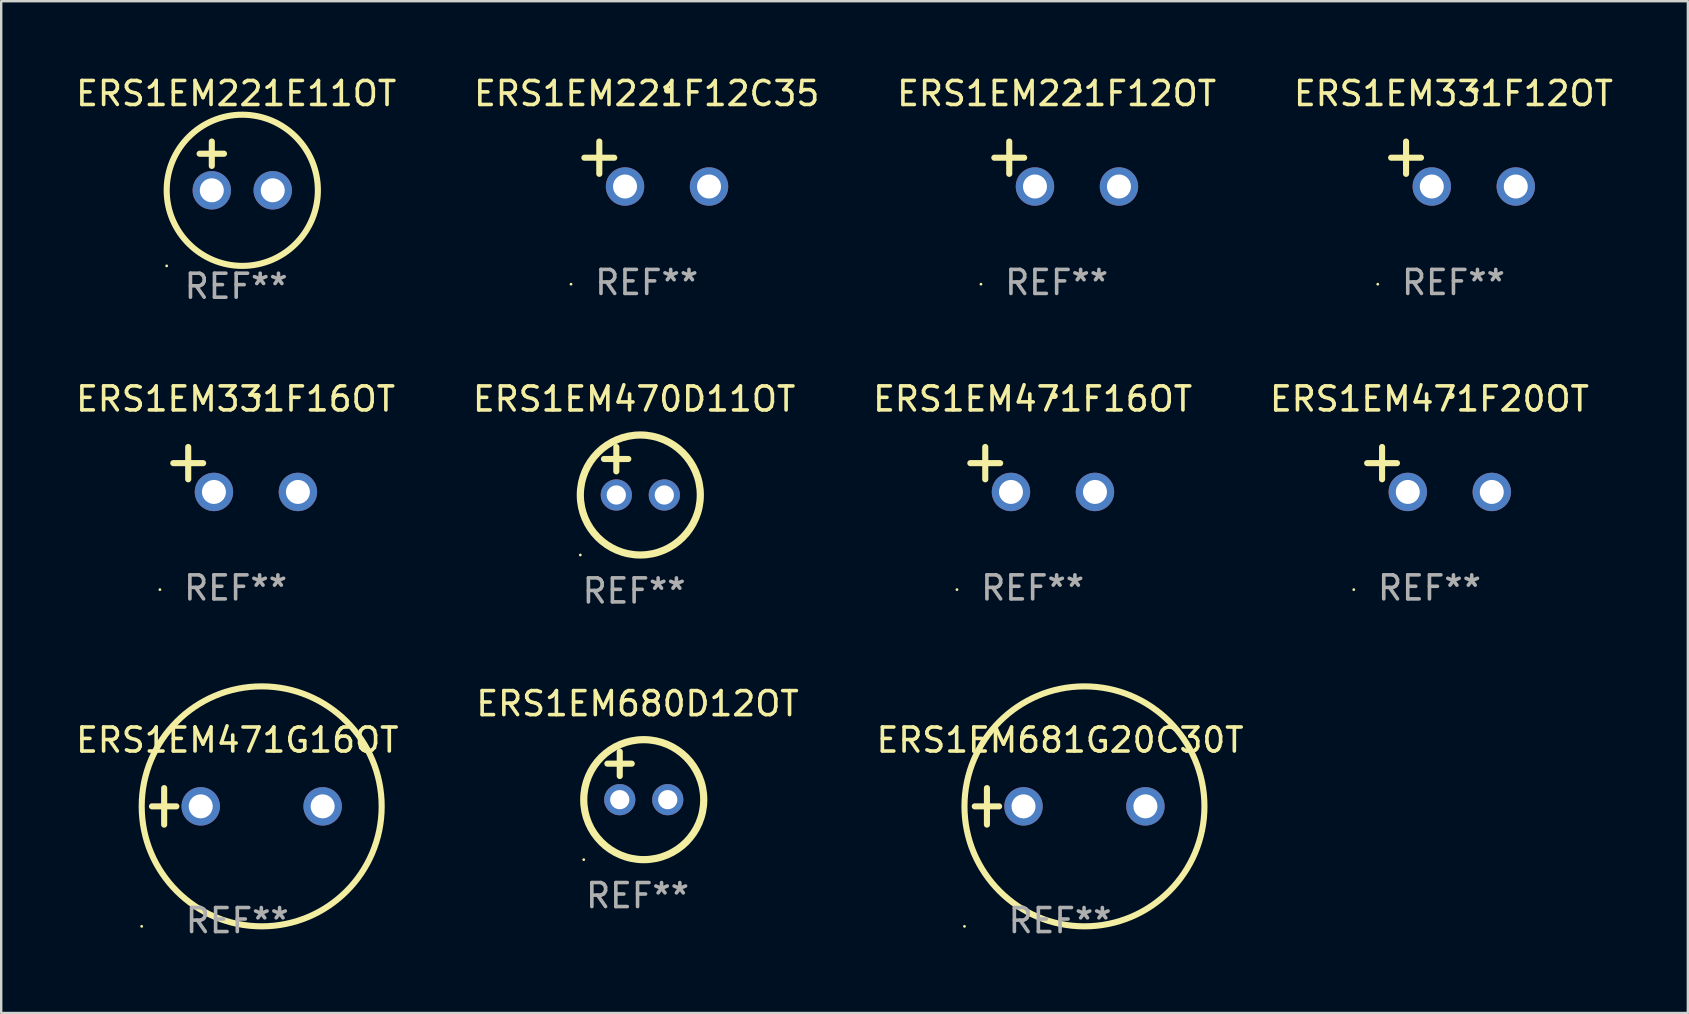
<source format=kicad_pcb>
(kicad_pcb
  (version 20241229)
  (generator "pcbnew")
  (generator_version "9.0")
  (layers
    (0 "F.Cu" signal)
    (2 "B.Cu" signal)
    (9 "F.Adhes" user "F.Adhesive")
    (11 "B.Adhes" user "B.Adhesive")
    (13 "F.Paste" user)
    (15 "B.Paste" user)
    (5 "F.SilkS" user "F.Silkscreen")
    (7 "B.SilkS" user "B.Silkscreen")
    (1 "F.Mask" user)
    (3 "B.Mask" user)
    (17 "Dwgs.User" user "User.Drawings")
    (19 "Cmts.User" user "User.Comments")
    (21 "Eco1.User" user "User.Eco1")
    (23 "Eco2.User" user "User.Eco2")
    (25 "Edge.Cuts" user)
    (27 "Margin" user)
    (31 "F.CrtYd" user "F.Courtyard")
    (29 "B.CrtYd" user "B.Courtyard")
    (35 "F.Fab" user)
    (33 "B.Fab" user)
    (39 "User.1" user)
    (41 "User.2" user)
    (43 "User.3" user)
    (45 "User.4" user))
  (footprint "ERS1EM471G16OT"
    (layer "F.Cu")
    (at 6.839 30.552)
    (property "Reference" "ERS1EM471G16OT" (at 0 -2.762 0) (layer "F.SilkS") (effects (font (size 1 1) (thickness 0.15))))
    (attr through_hole)
    (fp_line (start -3.556 0) (end -2.54 0) (stroke (width 0.254) (type solid)) (layer "F.SilkS"))
    (fp_line (start -3.048 -0.762) (end -3.048 0.762) (stroke (width 0.254) (type solid)) (layer "F.SilkS"))
    (fp_circle (center -3.984 5) (end -3.954 5) (stroke (width 0.06) (type solid)) (fill no) (layer "F.SilkS"))
    (fp_circle (center 1.016 0) (end 6.016 0) (stroke (width 0.254) (type solid)) (fill no) (layer "F.SilkS"))
    (fp_text user "REF**" (at 0 4.762 0) (layer "F.Fab") (effects (font (size 1 1) (thickness 0.15))))
    (pad "1" thru_hole circle (at -1.524 0) (size 1.6 1.6) (drill 1) (layers "*.Cu" "*.Mask"))
    (pad "2" thru_hole circle (at 3.556 0) (size 1.6 1.6) (drill 1) (layers "*.Cu" "*.Mask")))
  (footprint "ERS1EM681G20C30T"
    (layer "F.Cu")
    (at 41.125 30.552)
    (property "Reference" "ERS1EM681G20C30T" (at 0 -2.762 0) (layer "F.SilkS") (effects (font (size 1 1) (thickness 0.15))))
    (attr through_hole)
    (fp_line (start -3.556 0) (end -2.54 0) (stroke (width 0.254) (type solid)) (layer "F.SilkS"))
    (fp_line (start -3.048 -0.762) (end -3.048 0.762) (stroke (width 0.254) (type solid)) (layer "F.SilkS"))
    (fp_circle (center -3.984 5) (end -3.954 5) (stroke (width 0.06) (type solid)) (fill no) (layer "F.SilkS"))
    (fp_circle (center 1.016 0) (end 6.016 0) (stroke (width 0.254) (type solid)) (fill no) (layer "F.SilkS"))
    (fp_text user "REF**" (at 0 4.762 0) (layer "F.Fab") (effects (font (size 1 1) (thickness 0.15))))
    (pad "1" thru_hole circle (at -1.524 0) (size 1.6 1.6) (drill 1) (layers "*.Cu" "*.Mask"))
    (pad "2" thru_hole circle (at 3.556 0) (size 1.6 1.6) (drill 1) (layers "*.Cu" "*.Mask")))
  (footprint "ERS1EM471F20OT"
    (layer "F.Cu")
    (at 56.518 16.513)
    (property "Reference" "ERS1EM471F20OT" (at 0 -2.937 0) (layer "F.SilkS") (effects (font (size 1 1) (thickness 0.15))))
    (attr through_hole)
    (fp_line (start -1.975 0.41) (end -1.975 -0.937) (stroke (width 0.254) (type solid)) (layer "F.SilkS"))
    (fp_line (start -1.353 -0.263) (end -2.597 -0.263) (stroke (width 0.254) (type solid)) (layer "F.SilkS"))
    (fp_arc (start 0.849809 -3.063957) (mid 0.885369 -3.064114) (end 0.920929 -3.063957) (stroke (width 0.254001) (type solid)) (layer "F.SilkS"))
    (fp_circle (center -3.154 5.008) (end -3.124 5.008) (stroke (width 0.06) (type solid)) (fill no) (layer "F.SilkS"))
    (fp_text user "REF**" (at 0 4.937 0) (layer "F.Fab") (effects (font (size 1 1) (thickness 0.15))))
    (pad "1" thru_hole circle (at -0.903 0.937) (size 1.6 1.6) (drill 1) (layers "*.Cu" "*.Mask"))
    (pad "2" thru_hole circle (at 2.597 0.937) (size 1.6 1.6) (drill 1) (layers "*.Cu" "*.Mask")))
  (footprint "ERS1EM680D12OT"
    (layer "F.Cu")
    (at 23.518 29.273)
    (property "Reference" "ERS1EM680D12OT" (at 0 -3 0) (layer "F.SilkS") (effects (font (size 1 1) (thickness 0.15))))
    (attr through_hole)
    (fp_line (start -1.258 -0.5) (end -0.242 -0.5) (stroke (width 0.254) (type solid)) (layer "F.SilkS"))
    (fp_line (start -0.742 -1) (end -0.742 0.016) (stroke (width 0.254) (type solid)) (layer "F.SilkS"))
    (fp_circle (center -2.242 3.5) (end -2.212 3.5) (stroke (width 0.06) (type solid)) (fill no) (layer "F.SilkS"))
    (fp_circle (center 0.258 1) (end 2.758 1) (stroke (width 0.3) (type solid)) (fill no) (layer "F.SilkS"))
    (fp_text user "REF**" (at 0 5 0) (layer "F.Fab") (effects (font (size 1 1) (thickness 0.15))))
    (pad "1" thru_hole circle (at -0.742 1) (size 1.3 1.3) (drill 0.8) (layers "*.Cu" "*.Mask"))
    (pad "2" thru_hole circle (at 1.258 1) (size 1.3 1.3) (drill 0.8) (layers "*.Cu" "*.Mask")))
  (footprint "ERS1EM221F12OT"
    (layer "F.Cu")
    (at 40.982 3.785)
    (property "Reference" "ERS1EM221F12OT" (at 0 -2.937 0) (layer "F.SilkS") (effects (font (size 1 1) (thickness 0.15))))
    (attr through_hole)
    (fp_line (start -1.975 0.41) (end -1.975 -0.937) (stroke (width 0.254) (type solid)) (layer "F.SilkS"))
    (fp_line (start -1.353 -0.263) (end -2.597 -0.263) (stroke (width 0.254) (type solid)) (layer "F.SilkS"))
    (fp_arc (start 0.849809 -3.063957) (mid 0.885369 -3.064114) (end 0.920929 -3.063957) (stroke (width 0.254001) (type solid)) (layer "F.SilkS"))
    (fp_circle (center -3.154 5.008) (end -3.124 5.008) (stroke (width 0.06) (type solid)) (fill no) (layer "F.SilkS"))
    (fp_text user "REF**" (at 0 4.937 0) (layer "F.Fab") (effects (font (size 1 1) (thickness 0.15))))
    (pad "1" thru_hole circle (at -0.903 0.937) (size 1.6 1.6) (drill 1) (layers "*.Cu" "*.Mask"))
    (pad "2" thru_hole circle (at 2.597 0.937) (size 1.6 1.6) (drill 1) (layers "*.Cu" "*.Mask")))
  (footprint "ERS1EM331F16OT"
    (layer "F.Cu")
    (at 6.768 16.513)
    (property "Reference" "ERS1EM331F16OT" (at 0 -2.937 0) (layer "F.SilkS") (effects (font (size 1 1) (thickness 0.15))))
    (attr through_hole)
    (fp_line (start -1.975 0.41) (end -1.975 -0.937) (stroke (width 0.254) (type solid)) (layer "F.SilkS"))
    (fp_line (start -1.353 -0.263) (end -2.597 -0.263) (stroke (width 0.254) (type solid)) (layer "F.SilkS"))
    (fp_arc (start 0.849809 -3.063957) (mid 0.885369 -3.064114) (end 0.920929 -3.063957) (stroke (width 0.254001) (type solid)) (layer "F.SilkS"))
    (fp_circle (center -3.154 5.008) (end -3.124 5.008) (stroke (width 0.06) (type solid)) (fill no) (layer "F.SilkS"))
    (fp_text user "REF**" (at 0 4.937 0) (layer "F.Fab") (effects (font (size 1 1) (thickness 0.15))))
    (pad "1" thru_hole circle (at -0.903 0.937) (size 1.6 1.6) (drill 1) (layers "*.Cu" "*.Mask"))
    (pad "2" thru_hole circle (at 2.597 0.937) (size 1.6 1.6) (drill 1) (layers "*.Cu" "*.Mask")))
  (footprint "ERS1EM471F16OT"
    (layer "F.Cu")
    (at 39.982 16.513)
    (property "Reference" "ERS1EM471F16OT" (at 0 -2.937 0) (layer "F.SilkS") (effects (font (size 1 1) (thickness 0.15))))
    (attr through_hole)
    (fp_line (start -1.975 0.41) (end -1.975 -0.937) (stroke (width 0.254) (type solid)) (layer "F.SilkS"))
    (fp_line (start -1.353 -0.263) (end -2.597 -0.263) (stroke (width 0.254) (type solid)) (layer "F.SilkS"))
    (fp_arc (start 0.849809 -3.063957) (mid 0.885369 -3.064114) (end 0.920929 -3.063957) (stroke (width 0.254001) (type solid)) (layer "F.SilkS"))
    (fp_circle (center -3.154 5.008) (end -3.124 5.008) (stroke (width 0.06) (type solid)) (fill no) (layer "F.SilkS"))
    (fp_text user "REF**" (at 0 4.937 0) (layer "F.Fab") (effects (font (size 1 1) (thickness 0.15))))
    (pad "1" thru_hole circle (at -0.903 0.937) (size 1.6 1.6) (drill 1) (layers "*.Cu" "*.Mask"))
    (pad "2" thru_hole circle (at 2.597 0.937) (size 1.6 1.6) (drill 1) (layers "*.Cu" "*.Mask")))
  (footprint "ERS1EM331F12OT"
    (layer "F.Cu")
    (at 57.518 3.785)
    (property "Reference" "ERS1EM331F12OT" (at 0 -2.937 0) (layer "F.SilkS") (effects (font (size 1 1) (thickness 0.15))))
    (attr through_hole)
    (fp_line (start -1.975 0.41) (end -1.975 -0.937) (stroke (width 0.254) (type solid)) (layer "F.SilkS"))
    (fp_line (start -1.353 -0.263) (end -2.597 -0.263) (stroke (width 0.254) (type solid)) (layer "F.SilkS"))
    (fp_arc (start 0.849809 -3.063957) (mid 0.885369 -3.064114) (end 0.920929 -3.063957) (stroke (width 0.254001) (type solid)) (layer "F.SilkS"))
    (fp_circle (center -3.154 5.008) (end -3.124 5.008) (stroke (width 0.06) (type solid)) (fill no) (layer "F.SilkS"))
    (fp_text user "REF**" (at 0 4.937 0) (layer "F.Fab") (effects (font (size 1 1) (thickness 0.15))))
    (pad "1" thru_hole circle (at -0.903 0.937) (size 1.6 1.6) (drill 1) (layers "*.Cu" "*.Mask"))
    (pad "2" thru_hole circle (at 2.597 0.937) (size 1.6 1.6) (drill 1) (layers "*.Cu" "*.Mask")))
  (footprint "ERS1EM221F12C35"
    (layer "F.Cu")
    (at 23.899 3.785)
    (property "Reference" "ERS1EM221F12C35" (at 0 -2.937 0) (layer "F.SilkS") (effects (font (size 1 1) (thickness 0.15))))
    (attr through_hole)
    (fp_line (start -1.975 0.41) (end -1.975 -0.937) (stroke (width 0.254) (type solid)) (layer "F.SilkS"))
    (fp_line (start -1.353 -0.263) (end -2.597 -0.263) (stroke (width 0.254) (type solid)) (layer "F.SilkS"))
    (fp_arc (start 0.849809 -3.063957) (mid 0.885369 -3.064114) (end 0.920929 -3.063957) (stroke (width 0.254001) (type solid)) (layer "F.SilkS"))
    (fp_circle (center -3.154 5.008) (end -3.124 5.008) (stroke (width 0.06) (type solid)) (fill no) (layer "F.SilkS"))
    (fp_text user "REF**" (at 0 4.937 0) (layer "F.Fab") (effects (font (size 1 1) (thickness 0.15))))
    (pad "1" thru_hole circle (at -0.903 0.937) (size 1.6 1.6) (drill 1) (layers "*.Cu" "*.Mask"))
    (pad "2" thru_hole circle (at 2.597 0.937) (size 1.6 1.6) (drill 1) (layers "*.Cu" "*.Mask")))
  (footprint "ERS1EM221E11OT"
    (layer "F.Cu")
    (at 6.792 3.864)
    (property "Reference" "ERS1EM221E11OT" (at 0 -3.016 0) (layer "F.SilkS") (effects (font (size 1 1) (thickness 0.15))))
    (attr through_hole)
    (fp_line (start -1.524 -0.508) (end -0.508 -0.508) (stroke (width 0.254) (type solid)) (layer "F.SilkS"))
    (fp_line (start -1.016 -1.016) (end -1.016 0) (stroke (width 0.254) (type solid)) (layer "F.SilkS"))
    (fp_circle (center -2.896 4.166) (end -2.866 4.166) (stroke (width 0.06) (type solid)) (fill no) (layer "F.SilkS"))
    (fp_circle (center 0.254 1.016) (end 3.404 1.016) (stroke (width 0.254) (type solid)) (fill no) (layer "F.SilkS"))
    (fp_text user "REF**" (at 0 5.016 0) (layer "F.Fab") (effects (font (size 1 1) (thickness 0.15))))
    (pad "1" thru_hole circle (at -1.016 1.016) (size 1.6 1.6) (drill 1) (layers "*.Cu" "*.Mask"))
    (pad "2" thru_hole circle (at 1.524 1.016) (size 1.6 1.6) (drill 1) (layers "*.Cu" "*.Mask")))
  (footprint "ERS1EM470D11OT"
    (layer "F.Cu")
    (at 23.375 16.577)
    (property "Reference" "ERS1EM470D11OT" (at 0 -3 0) (layer "F.SilkS") (effects (font (size 1 1) (thickness 0.15))))
    (attr through_hole)
    (fp_line (start -1.258 -0.5) (end -0.242 -0.5) (stroke (width 0.254) (type solid)) (layer "F.SilkS"))
    (fp_line (start -0.742 -1) (end -0.742 0.016) (stroke (width 0.254) (type solid)) (layer "F.SilkS"))
    (fp_circle (center -2.242 3.5) (end -2.212 3.5) (stroke (width 0.06) (type solid)) (fill no) (layer "F.SilkS"))
    (fp_circle (center 0.258 1) (end 2.758 1) (stroke (width 0.3) (type solid)) (fill no) (layer "F.SilkS"))
    (fp_text user "REF**" (at 0 5 0) (layer "F.Fab") (effects (font (size 1 1) (thickness 0.15))))
    (pad "1" thru_hole circle (at -0.742 1) (size 1.3 1.3) (drill 0.8) (layers "*.Cu" "*.Mask"))
    (pad "2" thru_hole circle (at 1.258 1) (size 1.3 1.3) (drill 0.8) (layers "*.Cu" "*.Mask")))
  (gr_rect
    (start -3 -3)
    (end 67.286 39.162)
    (stroke (width 0.1) (type default))
    (fill no)
    (layer "Edge.Cuts")))
</source>
